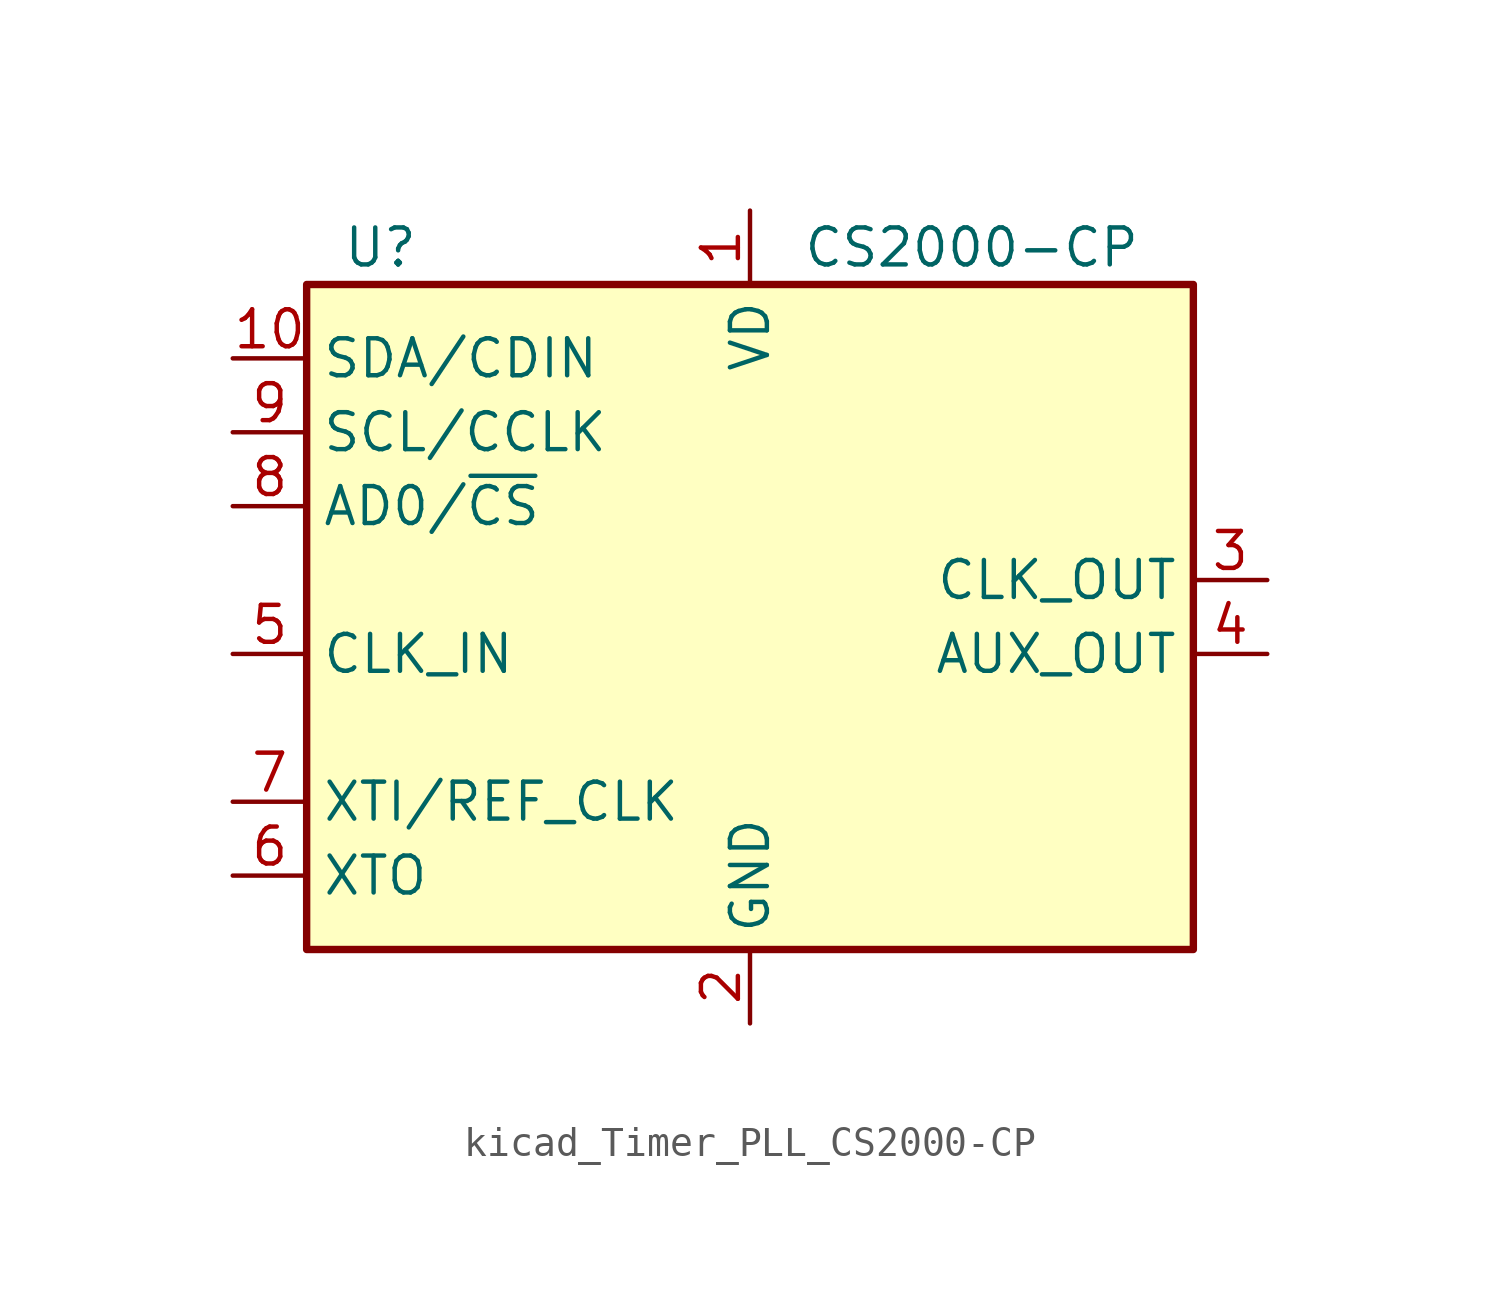
<source format=kicad_sym>
(kicad_symbol_lib
  (version 20220914)
  (generator kicad_symbol_editor)
  (symbol "kicad_Timer_PLL_CS2000-CP"
    (property "Reference" "U"
      (at -12.7 13.97 0)
      (effects (font (size 1.27 1.27))))
    (property "Value" "CS2000-CP"
      (at 7.62 13.97 0)
      (effects (font (size 1.27 1.27))))
    (symbol "kicad_Timer_PLL_CS2000-CP_0_1"
      (rectangle (start -15.24 12.7) (end 15.24 -10.16) (stroke (width 0.254) (type default)) (fill (type background))))
    (symbol "kicad_Timer_PLL_CS2000-CP_1_1"
      (pin power_in line (at 0 15.24 270) (length 2.54) (name "VD" (effects (font (size 1.27 1.27)))) (number "1" (effects (font (size 1.27 1.27)))))
      (pin bidirectional line (at -17.78 10.16 0) (length 2.54) (name "SDA/CDIN" (effects (font (size 1.27 1.27)))) (number "10" (effects (font (size 1.27 1.27)))))
      (pin power_in line (at 0 -12.7 90) (length 2.54) (name "GND" (effects (font (size 1.27 1.27)))) (number "2" (effects (font (size 1.27 1.27)))))
      (pin output line (at 17.78 2.54 180) (length 2.54) (name "CLK_OUT" (effects (font (size 1.27 1.27)))) (number "3" (effects (font (size 1.27 1.27)))))
      (pin output line (at 17.78 0 180) (length 2.54) (name "AUX_OUT" (effects (font (size 1.27 1.27)))) (number "4" (effects (font (size 1.27 1.27)))))
      (pin input line (at -17.78 0 0) (length 2.54) (name "CLK_IN" (effects (font (size 1.27 1.27)))) (number "5" (effects (font (size 1.27 1.27)))))
      (pin output line (at -17.78 -7.62 0) (length 2.54) (name "XTO" (effects (font (size 1.27 1.27)))) (number "6" (effects (font (size 1.27 1.27)))))
      (pin input line (at -17.78 -5.08 0) (length 2.54) (name "XTI/REF_CLK" (effects (font (size 1.27 1.27)))) (number "7" (effects (font (size 1.27 1.27)))))
      (pin input line (at -17.78 5.08 0) (length 2.54) (name "AD0/~{CS}" (effects (font (size 1.27 1.27)))) (number "8" (effects (font (size 1.27 1.27)))))
      (pin input line (at -17.78 7.62 0) (length 2.54) (name "SCL/CCLK" (effects (font (size 1.27 1.27)))) (number "9" (effects (font (size 1.27 1.27))))))))
</source>
